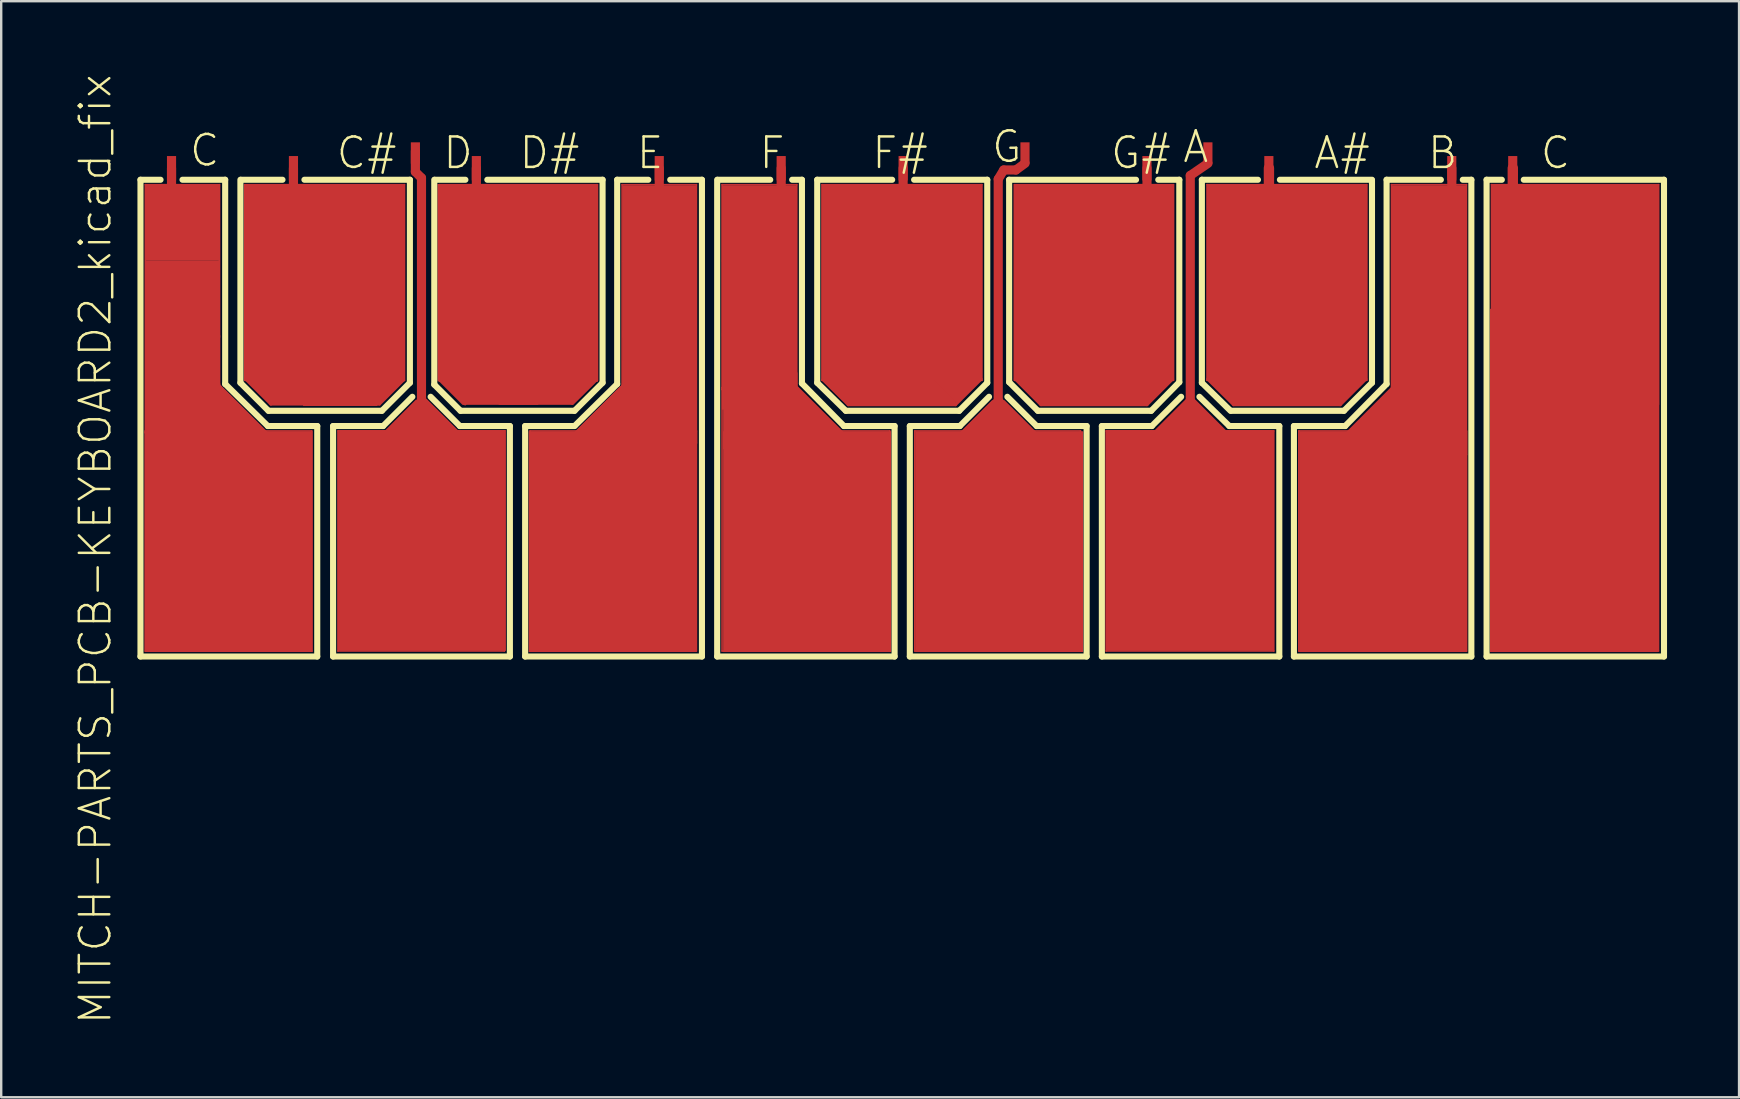
<source format=kicad_pcb>
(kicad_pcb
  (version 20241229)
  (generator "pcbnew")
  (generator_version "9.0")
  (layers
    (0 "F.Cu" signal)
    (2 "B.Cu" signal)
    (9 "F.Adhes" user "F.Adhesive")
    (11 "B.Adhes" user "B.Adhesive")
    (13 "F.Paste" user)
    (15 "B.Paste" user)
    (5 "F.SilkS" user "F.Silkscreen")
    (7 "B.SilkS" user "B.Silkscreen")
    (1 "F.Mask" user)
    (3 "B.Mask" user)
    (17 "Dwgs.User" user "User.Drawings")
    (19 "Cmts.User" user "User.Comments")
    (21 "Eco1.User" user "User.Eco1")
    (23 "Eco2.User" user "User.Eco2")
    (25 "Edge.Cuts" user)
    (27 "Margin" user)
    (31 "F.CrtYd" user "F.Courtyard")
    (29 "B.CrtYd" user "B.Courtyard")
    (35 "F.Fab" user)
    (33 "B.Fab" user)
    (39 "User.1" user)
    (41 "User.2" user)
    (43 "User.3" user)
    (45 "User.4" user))
  (footprint "MITCH-PARTS_PCB-KEYBOARD2_kicad_fix"
    (layer "F.Cu")
    (at 34.576 14.116)
    (property "Reference" "MITCH-PARTS_PCB-KEYBOARD2_kicad_fix" (at -33.655 5.715 90) (layer "F.SilkS") (effects (font (size 1.27 1.27) (thickness 0.102))))
    (attr through_hole)
    (fp_line (start -31.572 -9.474) (end -28.486 -9.474) (stroke (width 0.066) (type solid)) (layer "F.Cu"))
    (fp_line (start -31.572 0.787) (end -24.638 0.787) (stroke (width 0.066) (type solid)) (layer "F.Cu"))
    (fp_line (start -31.572 0.864) (end -31.572 -9.474) (stroke (width 0.066) (type solid)) (layer "F.Cu"))
    (fp_line (start -31.572 0.864) (end -28.486 0.864) (stroke (width 0.066) (type solid)) (layer "F.Cu"))
    (fp_line (start -31.572 9.957) (end -31.572 0.787) (stroke (width 0.066) (type solid)) (layer "F.Cu"))
    (fp_line (start -31.572 9.957) (end -24.638 9.957) (stroke (width 0.066) (type solid)) (layer "F.Cu"))
    (fp_line (start -30.48 -10.16) (end -30.48 -8.89) (stroke (width 0.381) (type solid)) (layer "F.Cu"))
    (fp_line (start -28.575 -1.143) (end -28.575 0.889) (stroke (width 0.127) (type solid)) (layer "F.Cu"))
    (fp_line (start -28.575 0.889) (end -26.543 0.889) (stroke (width 0.127) (type solid)) (layer "F.Cu"))
    (fp_line (start -28.486 0.864) (end -28.486 -9.474) (stroke (width 0.066) (type solid)) (layer "F.Cu"))
    (fp_line (start -27.432 -9.474) (end -20.775 -9.474) (stroke (width 0.066) (type solid)) (layer "F.Cu"))
    (fp_line (start -27.432 -1.321) (end -27.432 -9.474) (stroke (width 0.066) (type solid)) (layer "F.Cu"))
    (fp_line (start -27.432 -1.321) (end -20.775 -1.321) (stroke (width 0.066) (type solid)) (layer "F.Cu"))
    (fp_line (start -27.366 -1.346) (end -26.34 -0.33) (stroke (width 0.127) (type solid)) (layer "F.Cu"))
    (fp_line (start -27.356 -1.499) (end -27.366 -1.346) (stroke (width 0.127) (type solid)) (layer "F.Cu"))
    (fp_line (start -26.543 0.889) (end -28.575 -1.143) (stroke (width 0.127) (type solid)) (layer "F.Cu"))
    (fp_line (start -26.34 -0.33) (end -21.819 -0.33) (stroke (width 0.127) (type solid)) (layer "F.Cu"))
    (fp_line (start -25.4 -10.16) (end -25.4 -8.89) (stroke (width 0.381) (type solid)) (layer "F.Cu"))
    (fp_line (start -24.638 9.957) (end -24.638 0.787) (stroke (width 0.066) (type solid)) (layer "F.Cu"))
    (fp_line (start -23.546 0.787) (end -16.612 0.787) (stroke (width 0.066) (type solid)) (layer "F.Cu"))
    (fp_line (start -23.546 9.957) (end -23.546 0.787) (stroke (width 0.066) (type solid)) (layer "F.Cu"))
    (fp_line (start -23.546 9.957) (end -16.612 9.957) (stroke (width 0.066) (type solid)) (layer "F.Cu"))
    (fp_line (start -21.819 -0.33) (end -20.828 -1.321) (stroke (width 0.127) (type solid)) (layer "F.Cu"))
    (fp_line (start -21.565 0.838) (end -20.269 -0.457) (stroke (width 0.127) (type solid)) (layer "F.Cu"))
    (fp_line (start -20.828 -1.499) (end -27.356 -1.499) (stroke (width 0.127) (type solid)) (layer "F.Cu"))
    (fp_line (start -20.828 -1.321) (end -20.828 -1.499) (stroke (width 0.127) (type solid)) (layer "F.Cu"))
    (fp_line (start -20.775 -1.321) (end -20.775 -9.474) (stroke (width 0.066) (type solid)) (layer "F.Cu"))
    (fp_line (start -20.32 -10.008) (end -20.32 -10.871) (stroke (width 0.381) (type solid)) (layer "F.Cu"))
    (fp_line (start -20.066 -9.754) (end -20.32 -10.008) (stroke (width 0.381) (type solid)) (layer "F.Cu"))
    (fp_line (start -20.066 -0.533) (end -20.066 -9.754) (stroke (width 0.381) (type solid)) (layer "F.Cu"))
    (fp_line (start -19.863 -0.457) (end -18.542 0.864) (stroke (width 0.127) (type solid)) (layer "F.Cu"))
    (fp_line (start -19.324 -9.474) (end -12.751 -9.474) (stroke (width 0.066) (type solid)) (layer "F.Cu"))
    (fp_line (start -19.324 -1.293) (end -19.324 -9.474) (stroke (width 0.066) (type solid)) (layer "F.Cu"))
    (fp_line (start -19.324 -1.293) (end -12.751 -1.293) (stroke (width 0.066) (type solid)) (layer "F.Cu"))
    (fp_line (start -19.314 -1.346) (end -18.326 -0.356) (stroke (width 0.127) (type solid)) (layer "F.Cu"))
    (fp_line (start -17.78 -10.16) (end -17.78 -8.89) (stroke (width 0.381) (type solid)) (layer "F.Cu"))
    (fp_line (start -16.612 9.957) (end -16.612 0.787) (stroke (width 0.066) (type solid)) (layer "F.Cu"))
    (fp_line (start -15.545 0.787) (end -8.611 0.787) (stroke (width 0.066) (type solid)) (layer "F.Cu"))
    (fp_line (start -15.545 9.957) (end -15.545 0.787) (stroke (width 0.066) (type solid)) (layer "F.Cu"))
    (fp_line (start -15.545 9.957) (end -8.611 9.957) (stroke (width 0.066) (type solid)) (layer "F.Cu"))
    (fp_line (start -13.78 -0.356) (end -12.776 -1.346) (stroke (width 0.127) (type solid)) (layer "F.Cu"))
    (fp_line (start -13.614 0.864) (end -11.633 -1.118) (stroke (width 0.127) (type solid)) (layer "F.Cu"))
    (fp_line (start -12.751 -1.293) (end -12.751 -9.474) (stroke (width 0.066) (type solid)) (layer "F.Cu"))
    (fp_line (start -11.709 -9.474) (end -8.611 -9.474) (stroke (width 0.066) (type solid)) (layer "F.Cu"))
    (fp_line (start -11.709 1.293) (end -11.709 -9.474) (stroke (width 0.066) (type solid)) (layer "F.Cu"))
    (fp_line (start -11.709 1.293) (end -8.611 1.293) (stroke (width 0.066) (type solid)) (layer "F.Cu"))
    (fp_line (start -10.16 -10.16) (end -10.16 -8.89) (stroke (width 0.381) (type solid)) (layer "F.Cu"))
    (fp_line (start -8.611 1.293) (end -8.611 -9.474) (stroke (width 0.066) (type solid)) (layer "F.Cu"))
    (fp_line (start -8.611 9.957) (end -8.611 0.787) (stroke (width 0.066) (type solid)) (layer "F.Cu"))
    (fp_line (start -7.544 -9.474) (end -4.43 -9.474) (stroke (width 0.066) (type solid)) (layer "F.Cu"))
    (fp_line (start -7.544 -1.016) (end -4.445 -1.016) (stroke (width 0.066) (type solid)) (layer "F.Cu"))
    (fp_line (start -7.544 -0.94) (end -7.544 -9.474) (stroke (width 0.066) (type solid)) (layer "F.Cu"))
    (fp_line (start -7.544 -0.94) (end -4.43 -0.94) (stroke (width 0.066) (type solid)) (layer "F.Cu"))
    (fp_line (start -7.544 9.957) (end -7.544 -1.016) (stroke (width 0.066) (type solid)) (layer "F.Cu"))
    (fp_line (start -7.544 9.957) (end -4.445 9.957) (stroke (width 0.066) (type solid)) (layer "F.Cu"))
    (fp_line (start -5.105 0.787) (end -0.559 0.787) (stroke (width 0.066) (type solid)) (layer "F.Cu"))
    (fp_line (start -5.105 9.957) (end -5.105 0.787) (stroke (width 0.066) (type solid)) (layer "F.Cu"))
    (fp_line (start -5.105 9.957) (end -0.559 9.957) (stroke (width 0.066) (type solid)) (layer "F.Cu"))
    (fp_line (start -5.08 -10.16) (end -5.08 -8.89) (stroke (width 0.381) (type solid)) (layer "F.Cu"))
    (fp_line (start -4.445 9.957) (end -4.445 -1.016) (stroke (width 0.066) (type solid)) (layer "F.Cu"))
    (fp_line (start -4.43 -0.94) (end -4.43 -9.474) (stroke (width 0.066) (type solid)) (layer "F.Cu"))
    (fp_line (start -3.378 -9.474) (end 3.277 -9.474) (stroke (width 0.066) (type solid)) (layer "F.Cu"))
    (fp_line (start -3.378 -1.321) (end -3.378 -9.474) (stroke (width 0.066) (type solid)) (layer "F.Cu"))
    (fp_line (start -3.378 -1.321) (end 3.277 -1.321) (stroke (width 0.066) (type solid)) (layer "F.Cu"))
    (fp_line (start -3.34 -1.346) (end -2.286 -0.305) (stroke (width 0.127) (type solid)) (layer "F.Cu"))
    (fp_line (start -2.54 0.864) (end -4.496 -1.09) (stroke (width 0.127) (type solid)) (layer "F.Cu"))
    (fp_line (start -2.286 -0.305) (end 2.182 -0.305) (stroke (width 0.127) (type solid)) (layer "F.Cu"))
    (fp_line (start -0.559 9.957) (end -0.559 0.787) (stroke (width 0.066) (type solid)) (layer "F.Cu"))
    (fp_line (start 0 -10.16) (end 0 -8.89) (stroke (width 0.381) (type solid)) (layer "F.Cu"))
    (fp_line (start 0.483 0.787) (end 7.391 0.787) (stroke (width 0.066) (type solid)) (layer "F.Cu"))
    (fp_line (start 0.483 9.957) (end 0.483 0.787) (stroke (width 0.066) (type solid)) (layer "F.Cu"))
    (fp_line (start 0.483 9.957) (end 7.391 9.957) (stroke (width 0.066) (type solid)) (layer "F.Cu"))
    (fp_line (start 2.182 -0.305) (end 3.251 -1.372) (stroke (width 0.127) (type solid)) (layer "F.Cu"))
    (fp_line (start 2.438 0.864) (end 3.734 -0.432) (stroke (width 0.127) (type solid)) (layer "F.Cu"))
    (fp_line (start 3.277 -1.321) (end 3.277 -9.474) (stroke (width 0.066) (type solid)) (layer "F.Cu"))
    (fp_line (start 3.962 -9.703) (end 4.191 -10.084) (stroke (width 0.381) (type solid)) (layer "F.Cu"))
    (fp_line (start 3.962 -0.508) (end 3.962 -9.703) (stroke (width 0.381) (type solid)) (layer "F.Cu"))
    (fp_line (start 4.191 -10.084) (end 4.699 -10.084) (stroke (width 0.381) (type solid)) (layer "F.Cu"))
    (fp_line (start 4.191 -0.432) (end 5.486 0.864) (stroke (width 0.127) (type solid)) (layer "F.Cu"))
    (fp_line (start 4.648 -9.474) (end 11.252 -9.474) (stroke (width 0.066) (type solid)) (layer "F.Cu"))
    (fp_line (start 4.648 -1.321) (end 4.648 -9.474) (stroke (width 0.066) (type solid)) (layer "F.Cu"))
    (fp_line (start 4.648 -1.321) (end 11.252 -1.321) (stroke (width 0.066) (type solid)) (layer "F.Cu"))
    (fp_line (start 4.674 -1.372) (end 5.74 -0.305) (stroke (width 0.127) (type solid)) (layer "F.Cu"))
    (fp_line (start 4.699 -10.084) (end 5.08 -10.361) (stroke (width 0.381) (type solid)) (layer "F.Cu"))
    (fp_line (start 5.74 -0.305) (end 10.16 -0.305) (stroke (width 0.127) (type solid)) (layer "F.Cu"))
    (fp_line (start 7.391 9.957) (end 7.391 0.787) (stroke (width 0.066) (type solid)) (layer "F.Cu"))
    (fp_line (start 8.458 0.787) (end 15.443 0.787) (stroke (width 0.066) (type solid)) (layer "F.Cu"))
    (fp_line (start 8.458 9.957) (end 8.458 0.787) (stroke (width 0.066) (type solid)) (layer "F.Cu"))
    (fp_line (start 8.458 9.957) (end 15.443 9.957) (stroke (width 0.066) (type solid)) (layer "F.Cu"))
    (fp_line (start 10.16 -10.16) (end 10.16 -8.89) (stroke (width 0.381) (type solid)) (layer "F.Cu"))
    (fp_line (start 10.16 -0.305) (end 11.227 -1.372) (stroke (width 0.127) (type solid)) (layer "F.Cu"))
    (fp_line (start 11.252 -1.321) (end 11.252 -9.474) (stroke (width 0.066) (type solid)) (layer "F.Cu"))
    (fp_line (start 11.963 -9.855) (end 12.7 -10.361) (stroke (width 0.381) (type solid)) (layer "F.Cu"))
    (fp_line (start 11.963 -0.483) (end 11.963 -9.855) (stroke (width 0.381) (type solid)) (layer "F.Cu"))
    (fp_line (start 12.662 -9.474) (end 19.304 -9.474) (stroke (width 0.066) (type solid)) (layer "F.Cu"))
    (fp_line (start 12.662 -1.321) (end 12.662 -9.474) (stroke (width 0.066) (type solid)) (layer "F.Cu"))
    (fp_line (start 12.662 -1.321) (end 19.304 -1.321) (stroke (width 0.066) (type solid)) (layer "F.Cu"))
    (fp_line (start 12.687 -1.372) (end 13.767 -0.305) (stroke (width 0.127) (type solid)) (layer "F.Cu"))
    (fp_line (start 13.767 -0.305) (end 18.212 -0.305) (stroke (width 0.127) (type solid)) (layer "F.Cu"))
    (fp_line (start 15.24 -10.16) (end 15.24 -8.89) (stroke (width 0.381) (type solid)) (layer "F.Cu"))
    (fp_line (start 15.24 -10.16) (end 15.24 -8.89) (stroke (width 0.432) (type solid)) (layer "F.Cu"))
    (fp_line (start 15.443 9.957) (end 15.443 0.787) (stroke (width 0.066) (type solid)) (layer "F.Cu"))
    (fp_line (start 16.485 0.787) (end 23.47 0.787) (stroke (width 0.066) (type solid)) (layer "F.Cu"))
    (fp_line (start 16.485 9.957) (end 16.485 0.787) (stroke (width 0.066) (type solid)) (layer "F.Cu"))
    (fp_line (start 16.485 9.957) (end 23.47 9.957) (stroke (width 0.066) (type solid)) (layer "F.Cu"))
    (fp_line (start 18.212 -0.305) (end 19.279 -1.372) (stroke (width 0.127) (type solid)) (layer "F.Cu"))
    (fp_line (start 18.517 0.864) (end 20.396 -1.016) (stroke (width 0.127) (type solid)) (layer "F.Cu"))
    (fp_line (start 19.304 -1.321) (end 19.304 -9.474) (stroke (width 0.066) (type solid)) (layer "F.Cu"))
    (fp_line (start 20.345 -9.474) (end 23.47 -9.474) (stroke (width 0.066) (type solid)) (layer "F.Cu"))
    (fp_line (start 20.345 1.778) (end 20.345 -9.474) (stroke (width 0.066) (type solid)) (layer "F.Cu"))
    (fp_line (start 20.345 1.778) (end 23.47 1.778) (stroke (width 0.066) (type solid)) (layer "F.Cu"))
    (fp_line (start 22.86 -10.16) (end 22.86 -8.89) (stroke (width 0.381) (type solid)) (layer "F.Cu"))
    (fp_line (start 23.47 1.778) (end 23.47 -9.474) (stroke (width 0.066) (type solid)) (layer "F.Cu"))
    (fp_line (start 23.47 9.957) (end 23.47 0.787) (stroke (width 0.066) (type solid)) (layer "F.Cu"))
    (fp_line (start 24.511 -9.474) (end 31.471 -9.474) (stroke (width 0.066) (type solid)) (layer "F.Cu"))
    (fp_line (start 24.511 9.957) (end 24.511 -9.474) (stroke (width 0.066) (type solid)) (layer "F.Cu"))
    (fp_line (start 24.511 9.957) (end 31.471 9.957) (stroke (width 0.066) (type solid)) (layer "F.Cu"))
    (fp_line (start 25.4 -10.16) (end 25.4 -8.89) (stroke (width 0.381) (type solid)) (layer "F.Cu"))
    (fp_line (start 25.4 -10.16) (end 25.4 -8.89) (stroke (width 0.432) (type solid)) (layer "F.Cu"))
    (fp_line (start 31.471 9.957) (end 31.471 -9.474) (stroke (width 0.066) (type solid)) (layer "F.Cu"))
    (fp_line (start -31.773 -9.677) (end -31.773 10.185) (stroke (width 0.254) (type solid)) (layer "F.SilkS"))
    (fp_line (start -31.773 -9.677) (end -30.937 -9.677) (stroke (width 0.254) (type solid)) (layer "F.SilkS"))
    (fp_line (start -31.773 10.185) (end -24.409 10.185) (stroke (width 0.254) (type solid)) (layer "F.SilkS"))
    (fp_line (start -28.245 -9.677) (end -30.023 -9.677) (stroke (width 0.254) (type solid)) (layer "F.SilkS"))
    (fp_line (start -28.245 -1.168) (end -28.245 -9.677) (stroke (width 0.254) (type solid)) (layer "F.SilkS"))
    (fp_line (start -27.61 -9.677) (end -27.61 -1.219) (stroke (width 0.254) (type solid)) (layer "F.SilkS"))
    (fp_line (start -27.61 -1.219) (end -26.441 -0.051) (stroke (width 0.254) (type solid)) (layer "F.SilkS"))
    (fp_line (start -27.584 -9.677) (end -25.857 -9.677) (stroke (width 0.254) (type solid)) (layer "F.SilkS"))
    (fp_line (start -26.467 0.584) (end -28.245 -1.168) (stroke (width 0.254) (type solid)) (layer "F.SilkS"))
    (fp_line (start -26.441 -0.051) (end -21.717 -0.051) (stroke (width 0.254) (type solid)) (layer "F.SilkS"))
    (fp_line (start -24.409 0.584) (end -26.467 0.584) (stroke (width 0.254) (type solid)) (layer "F.SilkS"))
    (fp_line (start -24.409 10.185) (end -24.409 0.584) (stroke (width 0.254) (type solid)) (layer "F.SilkS"))
    (fp_line (start -23.749 0.584) (end -23.749 10.185) (stroke (width 0.254) (type solid)) (layer "F.SilkS"))
    (fp_line (start -23.749 0.584) (end -21.666 0.584) (stroke (width 0.254) (type solid)) (layer "F.SilkS"))
    (fp_line (start -23.749 10.185) (end -16.383 10.185) (stroke (width 0.254) (type solid)) (layer "F.SilkS"))
    (fp_line (start -21.717 -0.051) (end -20.549 -1.219) (stroke (width 0.254) (type solid)) (layer "F.SilkS"))
    (fp_line (start -21.666 0.584) (end -20.447 -0.635) (stroke (width 0.254) (type solid)) (layer "F.SilkS"))
    (fp_line (start -20.549 -9.677) (end -24.943 -9.677) (stroke (width 0.254) (type solid)) (layer "F.SilkS"))
    (fp_line (start -20.549 -1.219) (end -20.549 -9.677) (stroke (width 0.254) (type solid)) (layer "F.SilkS"))
    (fp_line (start -19.533 -9.677) (end -19.533 -1.143) (stroke (width 0.254) (type solid)) (layer "F.SilkS"))
    (fp_line (start -19.533 -1.143) (end -18.44 -0.051) (stroke (width 0.254) (type solid)) (layer "F.SilkS"))
    (fp_line (start -19.507 -9.677) (end -18.237 -9.677) (stroke (width 0.254) (type solid)) (layer "F.SilkS"))
    (fp_line (start -18.466 0.584) (end -19.685 -0.635) (stroke (width 0.254) (type solid)) (layer "F.SilkS"))
    (fp_line (start -18.44 -0.051) (end -13.691 -0.051) (stroke (width 0.254) (type solid)) (layer "F.SilkS"))
    (fp_line (start -16.383 0.584) (end -18.466 0.584) (stroke (width 0.254) (type solid)) (layer "F.SilkS"))
    (fp_line (start -16.383 10.185) (end -16.383 0.584) (stroke (width 0.254) (type solid)) (layer "F.SilkS"))
    (fp_line (start -15.748 0.584) (end -15.748 10.185) (stroke (width 0.254) (type solid)) (layer "F.SilkS"))
    (fp_line (start -15.748 10.185) (end -8.382 10.185) (stroke (width 0.254) (type solid)) (layer "F.SilkS"))
    (fp_line (start -13.691 -0.051) (end -12.522 -1.219) (stroke (width 0.254) (type solid)) (layer "F.SilkS"))
    (fp_line (start -13.691 0.584) (end -15.748 0.584) (stroke (width 0.254) (type solid)) (layer "F.SilkS"))
    (fp_line (start -12.522 -9.677) (end -17.323 -9.677) (stroke (width 0.254) (type solid)) (layer "F.SilkS"))
    (fp_line (start -12.522 -1.219) (end -12.522 -9.677) (stroke (width 0.254) (type solid)) (layer "F.SilkS"))
    (fp_line (start -11.913 -9.677) (end -11.913 -1.168) (stroke (width 0.254) (type solid)) (layer "F.SilkS"))
    (fp_line (start -11.913 -9.677) (end -10.617 -9.677) (stroke (width 0.254) (type solid)) (layer "F.SilkS"))
    (fp_line (start -11.913 -1.168) (end -13.665 0.559) (stroke (width 0.254) (type solid)) (layer "F.SilkS"))
    (fp_line (start -8.382 -9.677) (end -9.703 -9.677) (stroke (width 0.254) (type solid)) (layer "F.SilkS"))
    (fp_line (start -8.382 10.185) (end -8.382 -9.677) (stroke (width 0.254) (type solid)) (layer "F.SilkS"))
    (fp_line (start -7.747 10.185) (end -7.747 -9.677) (stroke (width 0.254) (type solid)) (layer "F.SilkS"))
    (fp_line (start -7.747 10.185) (end -0.356 10.185) (stroke (width 0.254) (type solid)) (layer "F.SilkS"))
    (fp_line (start -7.722 -9.677) (end -5.537 -9.677) (stroke (width 0.254) (type solid)) (layer "F.SilkS"))
    (fp_line (start -4.216 -9.677) (end -4.623 -9.677) (stroke (width 0.254) (type solid)) (layer "F.SilkS"))
    (fp_line (start -4.216 -1.194) (end -4.216 -9.677) (stroke (width 0.254) (type solid)) (layer "F.SilkS"))
    (fp_line (start -3.579 -9.677) (end -3.579 -1.219) (stroke (width 0.254) (type solid)) (layer "F.SilkS"))
    (fp_line (start -3.579 -9.677) (end -0.457 -9.677) (stroke (width 0.254) (type solid)) (layer "F.SilkS"))
    (fp_line (start -3.579 -1.219) (end -2.388 -0.051) (stroke (width 0.254) (type solid)) (layer "F.SilkS"))
    (fp_line (start -2.464 0.584) (end -4.216 -1.194) (stroke (width 0.254) (type solid)) (layer "F.SilkS"))
    (fp_line (start -2.388 -0.051) (end 2.337 -0.051) (stroke (width 0.254) (type solid)) (layer "F.SilkS"))
    (fp_line (start -0.356 0.584) (end -2.464 0.584) (stroke (width 0.254) (type solid)) (layer "F.SilkS"))
    (fp_line (start -0.356 10.185) (end -0.356 0.584) (stroke (width 0.254) (type solid)) (layer "F.SilkS"))
    (fp_line (start 0.279 0.584) (end 0.279 10.185) (stroke (width 0.254) (type solid)) (layer "F.SilkS"))
    (fp_line (start 0.279 0.584) (end 2.362 0.584) (stroke (width 0.254) (type solid)) (layer "F.SilkS"))
    (fp_line (start 0.279 10.185) (end 7.645 10.185) (stroke (width 0.254) (type solid)) (layer "F.SilkS"))
    (fp_line (start 2.337 -0.051) (end 3.505 -1.219) (stroke (width 0.254) (type solid)) (layer "F.SilkS"))
    (fp_line (start 2.362 0.584) (end 3.579 -0.635) (stroke (width 0.254) (type solid)) (layer "F.SilkS"))
    (fp_line (start 3.505 -9.677) (end 0.457 -9.677) (stroke (width 0.254) (type solid)) (layer "F.SilkS"))
    (fp_line (start 3.505 -1.219) (end 3.505 -9.677) (stroke (width 0.254) (type solid)) (layer "F.SilkS"))
    (fp_line (start 4.417 -9.677) (end 4.417 -1.245) (stroke (width 0.254) (type solid)) (layer "F.SilkS"))
    (fp_line (start 4.417 -9.677) (end 9.703 -9.677) (stroke (width 0.254) (type solid)) (layer "F.SilkS"))
    (fp_line (start 4.417 -1.245) (end 5.613 -0.051) (stroke (width 0.254) (type solid)) (layer "F.SilkS"))
    (fp_line (start 5.563 0.584) (end 4.343 -0.635) (stroke (width 0.254) (type solid)) (layer "F.SilkS"))
    (fp_line (start 5.613 -0.051) (end 10.335 -0.051) (stroke (width 0.254) (type solid)) (layer "F.SilkS"))
    (fp_line (start 7.645 0.584) (end 5.563 0.584) (stroke (width 0.254) (type solid)) (layer "F.SilkS"))
    (fp_line (start 7.645 10.185) (end 7.645 0.584) (stroke (width 0.254) (type solid)) (layer "F.SilkS"))
    (fp_line (start 8.28 0.584) (end 8.28 10.185) (stroke (width 0.254) (type solid)) (layer "F.SilkS"))
    (fp_line (start 8.28 0.584) (end 10.361 0.584) (stroke (width 0.254) (type solid)) (layer "F.SilkS"))
    (fp_line (start 8.28 10.185) (end 15.672 10.185) (stroke (width 0.254) (type solid)) (layer "F.SilkS"))
    (fp_line (start 10.335 -0.051) (end 11.506 -1.245) (stroke (width 0.254) (type solid)) (layer "F.SilkS"))
    (fp_line (start 10.361 0.584) (end 11.582 -0.635) (stroke (width 0.254) (type solid)) (layer "F.SilkS"))
    (fp_line (start 11.506 -9.677) (end 10.63 -9.677) (stroke (width 0.254) (type solid)) (layer "F.SilkS"))
    (fp_line (start 11.506 -1.245) (end 11.506 -9.677) (stroke (width 0.254) (type solid)) (layer "F.SilkS"))
    (fp_line (start 12.446 -9.677) (end 12.446 -1.219) (stroke (width 0.254) (type solid)) (layer "F.SilkS"))
    (fp_line (start 12.446 -9.677) (end 14.783 -9.677) (stroke (width 0.254) (type solid)) (layer "F.SilkS"))
    (fp_line (start 12.446 -1.219) (end 13.64 -0.051) (stroke (width 0.254) (type solid)) (layer "F.SilkS"))
    (fp_line (start 13.589 0.584) (end 12.344 -0.635) (stroke (width 0.254) (type solid)) (layer "F.SilkS"))
    (fp_line (start 13.665 -0.051) (end 18.364 -0.051) (stroke (width 0.254) (type solid)) (layer "F.SilkS"))
    (fp_line (start 15.672 0.584) (end 13.589 0.584) (stroke (width 0.254) (type solid)) (layer "F.SilkS"))
    (fp_line (start 15.672 10.185) (end 15.672 0.584) (stroke (width 0.254) (type solid)) (layer "F.SilkS"))
    (fp_line (start 16.281 0.584) (end 16.281 10.185) (stroke (width 0.254) (type solid)) (layer "F.SilkS"))
    (fp_line (start 16.281 10.185) (end 23.673 10.185) (stroke (width 0.254) (type solid)) (layer "F.SilkS"))
    (fp_line (start 18.364 -0.051) (end 19.533 -1.219) (stroke (width 0.254) (type solid)) (layer "F.SilkS"))
    (fp_line (start 18.415 0.584) (end 16.281 0.584) (stroke (width 0.254) (type solid)) (layer "F.SilkS"))
    (fp_line (start 19.533 -9.677) (end 15.697 -9.677) (stroke (width 0.254) (type solid)) (layer "F.SilkS"))
    (fp_line (start 19.533 -1.219) (end 19.533 -9.652) (stroke (width 0.254) (type solid)) (layer "F.SilkS"))
    (fp_line (start 20.142 -9.677) (end 20.142 -1.168) (stroke (width 0.254) (type solid)) (layer "F.SilkS"))
    (fp_line (start 20.142 -9.677) (end 22.403 -9.677) (stroke (width 0.254) (type solid)) (layer "F.SilkS"))
    (fp_line (start 20.142 -1.168) (end 18.415 0.584) (stroke (width 0.254) (type solid)) (layer "F.SilkS"))
    (fp_line (start 23.673 -9.677) (end 23.317 -9.677) (stroke (width 0.254) (type solid)) (layer "F.SilkS"))
    (fp_line (start 23.673 10.185) (end 23.673 -9.677) (stroke (width 0.254) (type solid)) (layer "F.SilkS"))
    (fp_line (start 24.308 -9.677) (end 24.308 10.185) (stroke (width 0.254) (type solid)) (layer "F.SilkS"))
    (fp_line (start 24.308 -9.677) (end 24.943 -9.677) (stroke (width 0.254) (type solid)) (layer "F.SilkS"))
    (fp_line (start 24.308 10.185) (end 31.699 10.185) (stroke (width 0.254) (type solid)) (layer "F.SilkS"))
    (fp_line (start 31.699 -9.677) (end 25.857 -9.677) (stroke (width 0.254) (type solid)) (layer "F.SilkS"))
    (fp_line (start 31.699 10.185) (end 31.699 -9.677) (stroke (width 0.254) (type solid)) (layer "F.SilkS"))
    (fp_text user "C" (at -29.1 -10.9 0) (layer "F.SilkS") (effects (font (size 1.27 1.27) (thickness 0.102))))
    (fp_text user "A#" (at 18.288 -10.795 0) (layer "F.SilkS") (effects (font (size 1.27 1.27) (thickness 0.102))))
    (fp_text user "D" (at -18.542 -10.795 0) (layer "F.SilkS") (effects (font (size 1.27 1.27) (thickness 0.102))))
    (fp_text user "G" (at 4.318 -11.049 0) (layer "F.SilkS") (effects (font (size 1.27 1.27) (thickness 0.102))))
    (fp_text user "G#" (at 9.906 -10.795 0) (layer "F.SilkS") (effects (font (size 1.27 1.27) (thickness 0.102))))
    (fp_text user "B" (at 22.479 -10.795 0) (layer "F.SilkS") (effects (font (size 1.27 1.27) (thickness 0.102))))
    (fp_text user "A" (at 12.192 -11.049 0) (layer "F.SilkS") (effects (font (size 1.27 1.27) (thickness 0.102))))
    (fp_text user "F#" (at -0.127 -10.795 0) (layer "F.SilkS") (effects (font (size 1.27 1.27) (thickness 0.102))))
    (fp_text user "C" (at 27.178 -10.795 0) (layer "F.SilkS") (effects (font (size 1.27 1.27) (thickness 0.102))))
    (fp_text user "C#" (at -22.352 -10.795 0) (layer "F.SilkS") (effects (font (size 1.27 1.27) (thickness 0.102))))
    (fp_text user "E" (at -10.541 -10.795 0) (layer "F.SilkS") (effects (font (size 1.27 1.27) (thickness 0.102))))
    (fp_text user "F" (at -5.461 -10.795 0) (layer "F.SilkS") (effects (font (size 1.27 1.27) (thickness 0.102))))
    (fp_text user "D#" (at -14.732 -10.795 0) (layer "F.SilkS") (effects (font (size 1.27 1.27) (thickness 0.102))))
    (pad "A" smd rect (at 11.95 5.35) (size 7 9.2) (layers "F.Cu" "F.Mask" "F.Paste"))
    (pad "A" smd rect (at 12 1.5 45) (size 3.1 3.2) (layers "F.Cu" "F.Mask" "F.Paste"))
    (pad "A" smd rect (at 12.697 -10.792 180) (size 0.381 0.889) (layers "F.Cu" "F.Mask" "F.Paste"))
    (pad "A#" smd rect (at 13.75 -1.3 45) (size 1.4 1.4) (layers "F.Cu" "F.Mask" "F.Paste"))
    (pad "A#" smd rect (at 15.237 -10.157 180) (size 0.381 1.016) (layers "F.Cu" "F.Mask" "F.Paste"))
    (pad "A#" smd rect (at 15.3 -1.9) (size 3.1 3.2) (layers "F.Cu" "F.Mask" "F.Paste"))
    (pad "A#" smd rect (at 16 -5.4) (size 6.7 8.2) (layers "F.Cu" "F.Mask" "F.Paste"))
    (pad "A#" smd rect (at 16.65 -1.9) (size 3.1 3.2) (layers "F.Cu" "F.Mask" "F.Paste"))
    (pad "A#" smd rect (at 18.2 -1.3 45) (size 1.4 1.4) (layers "F.Cu" "F.Mask" "F.Paste"))
    (pad "B" smd rect (at 20 5.4) (size 7 9.2) (layers "F.Cu" "F.Mask" "F.Paste"))
    (pad "B" smd rect (at 20.6 1.05 45) (size 3.1 3.2) (layers "F.Cu" "F.Mask" "F.Paste"))
    (pad "B" smd rect (at 21.9 -7.85) (size 3.1 3.2) (layers "F.Cu" "F.Mask" "F.Paste"))
    (pad "B" smd rect (at 21.9 -6) (size 3.1 3.2) (layers "F.Cu" "F.Mask" "F.Paste"))
    (pad "B" smd rect (at 21.9 -3.75) (size 3.1 3.2) (layers "F.Cu" "F.Mask" "F.Paste"))
    (pad "B" smd rect (at 21.9 -0.75) (size 3.1 3.2) (layers "F.Cu" "F.Mask" "F.Paste"))
    (pad "B" smd rect (at 22.857 -10.157 180) (size 0.381 1.016) (layers "F.Cu" "F.Mask" "F.Paste"))
    (pad "C" smd rect (at -30.48 -10.157 180) (size 0.381 1.016) (layers "F.Cu" "F.Mask" "F.Paste"))
    (pad "C" smd rect (at -30 -7.9) (size 3.1 3.2) (layers "F.Cu" "F.Mask" "F.Paste"))
    (pad "C" smd rect (at -30 -4.7) (size 3.1 3.2) (layers "F.Cu" "F.Mask" "F.Paste"))
    (pad "C" smd rect (at -30 -1.6) (size 3.1 3.2) (layers "F.Cu" "F.Mask" "F.Paste"))
    (pad "C" smd rect (at -30 0.4) (size 3.1 3.2) (layers "F.Cu" "F.Mask" "F.Paste"))
    (pad "C" smd rect (at -28.7 0.8 45) (size 3.1 3.2) (layers "F.Cu" "F.Mask" "F.Paste"))
    (pad "C" smd rect (at -28.1 5.4) (size 7 9.2) (layers "F.Cu" "F.Mask" "F.Paste"))
    (pad "C#" smd rect (at -26.3 -1.3 45) (size 1.4 1.4) (layers "F.Cu" "F.Mask" "F.Paste"))
    (pad "C#" smd rect (at -25.4 -10.157 180) (size 0.381 1.016) (layers "F.Cu" "F.Mask" "F.Paste"))
    (pad "C#" smd rect (at -24.75 -1.9) (size 3.1 3.2) (layers "F.Cu" "F.Mask" "F.Paste"))
    (pad "C#" smd rect (at -24.1 -5.4) (size 6.7 8.2) (layers "F.Cu" "F.Mask" "F.Paste"))
    (pad "C#" smd rect (at -23.45 -1.85) (size 3.1 3.2) (layers "F.Cu" "F.Mask" "F.Paste"))
    (pad "C#" smd rect (at -21.85 -1.3 45) (size 1.4 1.4) (layers "F.Cu" "F.Mask" "F.Paste"))
    (pad "C+" smd rect (at 25.397 -10.157 180) (size 0.381 1.016) (layers "F.Cu" "F.Mask" "F.Paste"))
    (pad "C+" smd rect (at 27.95 0.3) (size 7 9.2) (layers "F.Cu" "F.Mask" "F.Paste"))
    (pad "C+" smd rect (at 27.95 5.4) (size 7 9.2) (layers "F.Cu" "F.Mask" "F.Paste"))
    (pad "C+" smd rect (at 28 -4.9) (size 7 9.2) (layers "F.Cu" "F.Mask" "F.Paste"))
    (pad "D" smd rect (at -20.32 -10.792 180) (size 0.381 0.889) (layers "F.Cu" "F.Mask" "F.Paste"))
    (pad "D" smd rect (at -20.05 5.35) (size 7 9.2) (layers "F.Cu" "F.Mask" "F.Paste"))
    (pad "D" smd rect (at -20 1.5 45) (size 3.1 3.2) (layers "F.Cu" "F.Mask" "F.Paste"))
    (pad "D#" smd rect (at -18.25 -1.25 45) (size 1.4 1.4) (layers "F.Cu" "F.Mask" "F.Paste"))
    (pad "D#" smd rect (at -17.78 -10.157 180) (size 0.381 1.016) (layers "F.Cu" "F.Mask" "F.Paste"))
    (pad "D#" smd rect (at -16.75 -1.9) (size 3.1 3.2) (layers "F.Cu" "F.Mask" "F.Paste"))
    (pad "D#" smd rect (at -16.05 -5.4) (size 6.7 8.2) (layers "F.Cu" "F.Mask" "F.Paste"))
    (pad "D#" smd rect (at -15.3 -1.9) (size 3.1 3.2) (layers "F.Cu" "F.Mask" "F.Paste"))
    (pad "D#" smd rect (at -13.75 -1.3 45) (size 1.4 1.4) (layers "F.Cu" "F.Mask" "F.Paste"))
    (pad "E" smd rect (at -12.1 5.4) (size 7 9.2) (layers "F.Cu" "F.Mask" "F.Paste"))
    (pad "E" smd rect (at -11.6 1 45) (size 3.1 3.2) (layers "F.Cu" "F.Mask" "F.Paste"))
    (pad "E" smd rect (at -10.16 -10.157 180) (size 0.381 1.016) (layers "F.Cu" "F.Mask" "F.Paste"))
    (pad "E" smd rect (at -10.15 -7.85) (size 3.1 3.2) (layers "F.Cu" "F.Mask" "F.Paste"))
    (pad "E" smd rect (at -10.15 -4.7) (size 3.1 3.2) (layers "F.Cu" "F.Mask" "F.Paste"))
    (pad "E" smd rect (at -10.15 -1.8) (size 3.1 3.2) (layers "F.Cu" "F.Mask" "F.Paste"))
    (pad "E" smd rect (at -10.15 -0.55) (size 3.1 3.2) (layers "F.Cu" "F.Mask" "F.Paste"))
    (pad "F" smd rect (at -6 -7.85) (size 3.1 3.2) (layers "F.Cu" "F.Mask" "F.Paste"))
    (pad "F" smd rect (at -6 -4.75) (size 3.1 3.2) (layers "F.Cu" "F.Mask" "F.Paste"))
    (pad "F" smd rect (at -6 -1.7) (size 3.1 3.2) (layers "F.Cu" "F.Mask" "F.Paste"))
    (pad "F" smd rect (at -5.95 -0.05) (size 3.1 3.2) (layers "F.Cu" "F.Mask" "F.Paste"))
    (pad "F" smd rect (at -5.08 -10.157 180) (size 0.381 1.016) (layers "F.Cu" "F.Mask" "F.Paste"))
    (pad "F" smd rect (at -4.55 1 45) (size 3.1 3.2) (layers "F.Cu" "F.Mask" "F.Paste"))
    (pad "F" smd rect (at -4 5.4) (size 7 9.2) (layers "F.Cu" "F.Mask" "F.Paste"))
    (pad "F#" smd rect (at -2.3 -1.3 45) (size 1.4 1.4) (layers "F.Cu" "F.Mask" "F.Paste"))
    (pad "F#" smd rect (at -0.75 -1.9) (size 3.1 3.2) (layers "F.Cu" "F.Mask" "F.Paste"))
    (pad "F#" smd rect (at -0.05 -5.4) (size 6.7 8.2) (layers "F.Cu" "F.Mask" "F.Paste"))
    (pad "F#" smd rect (at 0 -10.157 180) (size 0.381 1.016) (layers "F.Cu" "F.Mask" "F.Paste"))
    (pad "F#" smd rect (at 0.65 -1.9) (size 3.1 3.2) (layers "F.Cu" "F.Mask" "F.Paste"))
    (pad "F#" smd rect (at 2.25 -1.35 45) (size 1.4 1.4) (layers "F.Cu" "F.Mask" "F.Paste"))
    (pad "G" smd rect (at 4 1.5 45) (size 3.1 3.2) (layers "F.Cu" "F.Mask" "F.Paste"))
    (pad "G" smd rect (at 4 5.4) (size 7 9.2) (layers "F.Cu" "F.Mask" "F.Paste"))
    (pad "G" smd rect (at 5.077 -10.792 180) (size 0.381 0.889) (layers "F.Cu" "F.Mask" "F.Paste"))
    (pad "G#" smd rect (at 5.7 -1.3 45) (size 1.4 1.4) (layers "F.Cu" "F.Mask" "F.Paste"))
    (pad "G#" smd rect (at 7.25 -1.9) (size 3.1 3.2) (layers "F.Cu" "F.Mask" "F.Paste"))
    (pad "G#" smd rect (at 7.95 -5.4) (size 6.7 8.2) (layers "F.Cu" "F.Mask" "F.Paste"))
    (pad "G#" smd rect (at 8.65 -1.9) (size 3.1 3.2) (layers "F.Cu" "F.Mask" "F.Paste"))
    (pad "G#" smd rect (at 10.157 -10.157 180) (size 0.381 1.016) (layers "F.Cu" "F.Mask" "F.Paste"))
    (pad "G#" smd rect (at 10.2 -1.3 45) (size 1.4 1.4) (layers "F.Cu" "F.Mask" "F.Paste")))
  (gr_rect
    (start -3 -3)
    (end 69.402 42.663)
    (stroke (width 0.1) (type default))
    (fill no)
    (layer "Edge.Cuts")))
</source>
